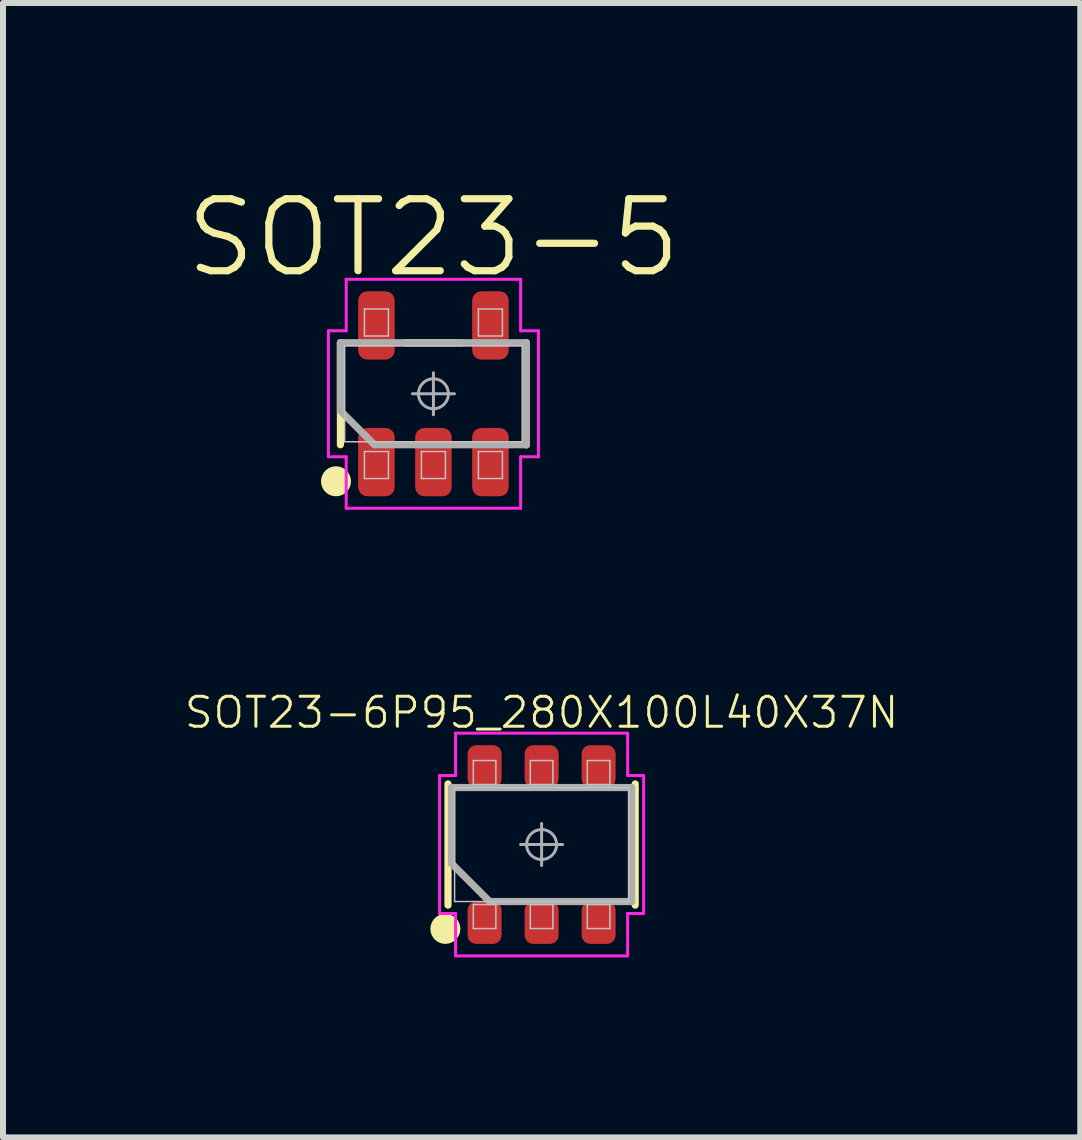
<source format=kicad_pcb>
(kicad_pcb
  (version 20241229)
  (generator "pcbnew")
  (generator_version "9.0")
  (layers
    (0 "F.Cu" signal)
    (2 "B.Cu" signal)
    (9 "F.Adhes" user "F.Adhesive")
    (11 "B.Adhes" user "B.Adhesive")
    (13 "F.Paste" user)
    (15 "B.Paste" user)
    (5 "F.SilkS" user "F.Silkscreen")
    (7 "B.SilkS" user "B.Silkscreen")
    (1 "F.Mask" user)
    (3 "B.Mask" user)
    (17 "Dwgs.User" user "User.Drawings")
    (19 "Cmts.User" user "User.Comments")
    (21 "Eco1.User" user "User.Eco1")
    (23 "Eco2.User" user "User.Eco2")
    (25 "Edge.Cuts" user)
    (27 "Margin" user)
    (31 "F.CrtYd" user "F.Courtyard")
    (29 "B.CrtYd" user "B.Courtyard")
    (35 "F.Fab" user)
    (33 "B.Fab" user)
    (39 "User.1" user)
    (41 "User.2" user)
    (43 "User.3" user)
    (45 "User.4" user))
  (footprint "SOT23-6P95_280X100L40X37N"
    (layer "F.Cu")
    (at 5.977 11.026)
    (property "Reference" "SOT23-6P95_280X100L40X37N" (at 0 -2.2 0) (layer "F.SilkS") (effects (font (size 0.5 0.5) (thickness 0.05))))
    (attr smd)
    (fp_line (start -1.56 1.01) (end -1.56 -1.01) (stroke (width 0.12) (type solid)) (layer "F.SilkS"))
    (fp_line (start 1.56 -1.01) (end 1.56 1.01) (stroke (width 0.12) (type solid)) (layer "F.SilkS"))
    (fp_circle (center -1.604 1.406) (end -1.604 1.531) (stroke (width 0.25) (type solid)) (fill no) (layer "F.SilkS"))
    (fp_line (start -1.45 -0.95) (end 1.45 -0.95) (stroke (width 0.025) (type solid)) (layer "Dwgs.User"))
    (fp_line (start -1.45 0.95) (end -1.45 -0.95) (stroke (width 0.025) (type solid)) (layer "Dwgs.User"))
    (fp_line (start -1.138 -1.4) (end -0.762 -1.4) (stroke (width 0.025) (type solid)) (layer "Dwgs.User"))
    (fp_line (start -1.138 -1) (end -1.138 -1.4) (stroke (width 0.025) (type solid)) (layer "Dwgs.User"))
    (fp_line (start -1.138 1) (end -0.762 1) (stroke (width 0.025) (type solid)) (layer "Dwgs.User"))
    (fp_line (start -1.138 1.4) (end -1.138 1) (stroke (width 0.025) (type solid)) (layer "Dwgs.User"))
    (fp_line (start -0.762 -1.4) (end -0.762 -1) (stroke (width 0.025) (type solid)) (layer "Dwgs.User"))
    (fp_line (start -0.762 -1) (end -1.138 -1) (stroke (width 0.025) (type solid)) (layer "Dwgs.User"))
    (fp_line (start -0.762 1) (end -0.762 1.4) (stroke (width 0.025) (type solid)) (layer "Dwgs.User"))
    (fp_line (start -0.762 1.4) (end -1.138 1.4) (stroke (width 0.025) (type solid)) (layer "Dwgs.User"))
    (fp_line (start -0.188 -1.4) (end 0.188 -1.4) (stroke (width 0.025) (type solid)) (layer "Dwgs.User"))
    (fp_line (start -0.188 -1) (end -0.188 -1.4) (stroke (width 0.025) (type solid)) (layer "Dwgs.User"))
    (fp_line (start -0.188 1) (end 0.188 1) (stroke (width 0.025) (type solid)) (layer "Dwgs.User"))
    (fp_line (start -0.188 1.4) (end -0.188 1) (stroke (width 0.025) (type solid)) (layer "Dwgs.User"))
    (fp_line (start 0.188 -1.4) (end 0.188 -1) (stroke (width 0.025) (type solid)) (layer "Dwgs.User"))
    (fp_line (start 0.188 -1) (end -0.188 -1) (stroke (width 0.025) (type solid)) (layer "Dwgs.User"))
    (fp_line (start 0.188 1) (end 0.188 1.4) (stroke (width 0.025) (type solid)) (layer "Dwgs.User"))
    (fp_line (start 0.188 1.4) (end -0.188 1.4) (stroke (width 0.025) (type solid)) (layer "Dwgs.User"))
    (fp_line (start 0.762 -1.4) (end 1.138 -1.4) (stroke (width 0.025) (type solid)) (layer "Dwgs.User"))
    (fp_line (start 0.762 -1) (end 0.762 -1.4) (stroke (width 0.025) (type solid)) (layer "Dwgs.User"))
    (fp_line (start 0.762 1) (end 1.138 1) (stroke (width 0.025) (type solid)) (layer "Dwgs.User"))
    (fp_line (start 0.762 1.4) (end 0.762 1) (stroke (width 0.025) (type solid)) (layer "Dwgs.User"))
    (fp_line (start 1.138 -1.4) (end 1.138 -1) (stroke (width 0.025) (type solid)) (layer "Dwgs.User"))
    (fp_line (start 1.138 -1) (end 0.762 -1) (stroke (width 0.025) (type solid)) (layer "Dwgs.User"))
    (fp_line (start 1.138 1) (end 1.138 1.4) (stroke (width 0.025) (type solid)) (layer "Dwgs.User"))
    (fp_line (start 1.138 1.4) (end 0.762 1.4) (stroke (width 0.025) (type solid)) (layer "Dwgs.User"))
    (fp_line (start 1.45 -0.95) (end 1.45 0.95) (stroke (width 0.025) (type solid)) (layer "Dwgs.User"))
    (fp_line (start 1.45 0.95) (end -1.45 0.95) (stroke (width 0.025) (type solid)) (layer "Dwgs.User"))
    (fp_line (start -1.7 -1.15) (end -1.7 1.15) (stroke (width 0.05) (type solid)) (layer "F.CrtYd"))
    (fp_line (start -1.7 1.15) (end -1.434 1.15) (stroke (width 0.05) (type solid)) (layer "F.CrtYd"))
    (fp_line (start -1.434 -1.856) (end -1.434 -1.15) (stroke (width 0.05) (type solid)) (layer "F.CrtYd"))
    (fp_line (start -1.434 -1.15) (end -1.7 -1.15) (stroke (width 0.05) (type solid)) (layer "F.CrtYd"))
    (fp_line (start -1.434 1.15) (end -1.434 1.856) (stroke (width 0.05) (type solid)) (layer "F.CrtYd"))
    (fp_line (start -1.434 1.856) (end 1.434 1.856) (stroke (width 0.05) (type solid)) (layer "F.CrtYd"))
    (fp_line (start 1.434 -1.856) (end -1.434 -1.856) (stroke (width 0.05) (type solid)) (layer "F.CrtYd"))
    (fp_line (start 1.434 -1.15) (end 1.434 -1.856) (stroke (width 0.05) (type solid)) (layer "F.CrtYd"))
    (fp_line (start 1.434 1.15) (end 1.7 1.15) (stroke (width 0.05) (type solid)) (layer "F.CrtYd"))
    (fp_line (start 1.434 1.856) (end 1.434 1.15) (stroke (width 0.05) (type solid)) (layer "F.CrtYd"))
    (fp_line (start 1.7 -1.15) (end 1.434 -1.15) (stroke (width 0.05) (type solid)) (layer "F.CrtYd"))
    (fp_line (start 1.7 1.15) (end 1.7 -1.15) (stroke (width 0.05) (type solid)) (layer "F.CrtYd"))
    (fp_line (start -1.5 -0.95) (end 1.5 -0.95) (stroke (width 0.12) (type solid)) (layer "F.Fab"))
    (fp_line (start -1.5 0.317) (end -1.5 -0.95) (stroke (width 0.12) (type solid)) (layer "F.Fab"))
    (fp_line (start -0.867 0.95) (end -1.5 0.317) (stroke (width 0.12) (type solid)) (layer "F.Fab"))
    (fp_line (start -0.35 0) (end 0.35 0) (stroke (width 0.05) (type solid)) (layer "F.Fab"))
    (fp_line (start 0 -0.35) (end 0 0.35) (stroke (width 0.05) (type solid)) (layer "F.Fab"))
    (fp_line (start 1.5 -0.95) (end 1.5 0.95) (stroke (width 0.12) (type solid)) (layer "F.Fab"))
    (fp_line (start 1.5 0.95) (end -0.867 0.95) (stroke (width 0.12) (type solid)) (layer "F.Fab"))
    (fp_circle (center 0 0) (end 0.25 0) (stroke (width 0.05) (type solid)) (fill no) (layer "F.Fab"))
    (pad "1" smd roundrect (at -0.95 1.303 90) (size 0.706 0.567) (layers "F.Cu" "F.Mask" "F.Paste") (roundrect_rratio 0.25))
    (pad "2" smd roundrect (at 0 1.303 90) (size 0.706 0.567) (layers "F.Cu" "F.Mask" "F.Paste") (roundrect_rratio 0.25))
    (pad "3" smd roundrect (at 0.95 1.303 90) (size 0.706 0.567) (layers "F.Cu" "F.Mask" "F.Paste") (roundrect_rratio 0.25))
    (pad "4" smd roundrect (at 0.95 -1.303 90) (size 0.706 0.567) (layers "F.Cu" "F.Mask" "F.Paste") (roundrect_rratio 0.25))
    (pad "5" smd roundrect (at 0 -1.303 90) (size 0.706 0.567) (layers "F.Cu" "F.Mask" "F.Paste") (roundrect_rratio 0.25))
    (pad "6" smd roundrect (at -0.95 -1.303 90) (size 0.706 0.567) (layers "F.Cu" "F.Mask" "F.Paste") (roundrect_rratio 0.25)))
  (footprint "SOT23-5"
    (layer "F.Cu")
    (at 4.174 3.513)
    (property "Reference" "SOT23-5" (at 0 -2.6 0) (layer "F.SilkS") (effects (font (size 1.2 1.2) (thickness 0.12))))
    (attr smd)
    (fp_line (start -1.55 0.85) (end -1.55 -0.85) (stroke (width 0.12) (type solid)) (layer "F.SilkS"))
    (fp_line (start 0.466 -0.85) (end -0.466 -0.85) (stroke (width 0.12) (type solid)) (layer "F.SilkS"))
    (fp_line (start 1.55 -0.85) (end 1.55 0.85) (stroke (width 0.12) (type solid)) (layer "F.SilkS"))
    (fp_circle (center -1.624 1.459) (end -1.624 1.584) (stroke (width 0.25) (type solid)) (fill no) (layer "F.SilkS"))
    (fp_line (start -1.48 -0.8) (end 1.48 -0.8) (stroke (width 0.025) (type solid)) (layer "Dwgs.User"))
    (fp_line (start -1.48 0.8) (end -1.48 -0.8) (stroke (width 0.025) (type solid)) (layer "Dwgs.User"))
    (fp_line (start -1.15 -1.413) (end -0.75 -1.413) (stroke (width 0.025) (type solid)) (layer "Dwgs.User"))
    (fp_line (start -1.15 -0.963) (end -1.15 -1.413) (stroke (width 0.025) (type solid)) (layer "Dwgs.User"))
    (fp_line (start -1.15 0.963) (end -0.75 0.963) (stroke (width 0.025) (type solid)) (layer "Dwgs.User"))
    (fp_line (start -1.15 1.413) (end -1.15 0.963) (stroke (width 0.025) (type solid)) (layer "Dwgs.User"))
    (fp_line (start -0.75 -1.413) (end -0.75 -0.963) (stroke (width 0.025) (type solid)) (layer "Dwgs.User"))
    (fp_line (start -0.75 -0.963) (end -1.15 -0.963) (stroke (width 0.025) (type solid)) (layer "Dwgs.User"))
    (fp_line (start -0.75 0.963) (end -0.75 1.413) (stroke (width 0.025) (type solid)) (layer "Dwgs.User"))
    (fp_line (start -0.75 1.413) (end -1.15 1.413) (stroke (width 0.025) (type solid)) (layer "Dwgs.User"))
    (fp_line (start -0.2 0.963) (end 0.2 0.963) (stroke (width 0.025) (type solid)) (layer "Dwgs.User"))
    (fp_line (start -0.2 1.413) (end -0.2 0.963) (stroke (width 0.025) (type solid)) (layer "Dwgs.User"))
    (fp_line (start 0.2 0.963) (end 0.2 1.413) (stroke (width 0.025) (type solid)) (layer "Dwgs.User"))
    (fp_line (start 0.2 1.413) (end -0.2 1.413) (stroke (width 0.025) (type solid)) (layer "Dwgs.User"))
    (fp_line (start 0.75 -1.413) (end 1.15 -1.413) (stroke (width 0.025) (type solid)) (layer "Dwgs.User"))
    (fp_line (start 0.75 -0.963) (end 0.75 -1.413) (stroke (width 0.025) (type solid)) (layer "Dwgs.User"))
    (fp_line (start 0.75 0.963) (end 1.15 0.963) (stroke (width 0.025) (type solid)) (layer "Dwgs.User"))
    (fp_line (start 0.75 1.413) (end 0.75 0.963) (stroke (width 0.025) (type solid)) (layer "Dwgs.User"))
    (fp_line (start 1.15 -1.413) (end 1.15 -0.963) (stroke (width 0.025) (type solid)) (layer "Dwgs.User"))
    (fp_line (start 1.15 -0.963) (end 0.75 -0.963) (stroke (width 0.025) (type solid)) (layer "Dwgs.User"))
    (fp_line (start 1.15 0.963) (end 1.15 1.413) (stroke (width 0.025) (type solid)) (layer "Dwgs.User"))
    (fp_line (start 1.15 1.413) (end 0.75 1.413) (stroke (width 0.025) (type solid)) (layer "Dwgs.User"))
    (fp_line (start 1.48 -0.8) (end 1.48 0.8) (stroke (width 0.025) (type solid)) (layer "Dwgs.User"))
    (fp_line (start 1.48 0.8) (end -1.48 0.8) (stroke (width 0.025) (type solid)) (layer "Dwgs.User"))
    (fp_line (start -1.75 -1.05) (end -1.75 1.05) (stroke (width 0.05) (type solid)) (layer "F.CrtYd"))
    (fp_line (start -1.75 1.05) (end -1.454 1.05) (stroke (width 0.05) (type solid)) (layer "F.CrtYd"))
    (fp_line (start -1.454 -1.908) (end -1.454 -1.05) (stroke (width 0.05) (type solid)) (layer "F.CrtYd"))
    (fp_line (start -1.454 -1.05) (end -1.75 -1.05) (stroke (width 0.05) (type solid)) (layer "F.CrtYd"))
    (fp_line (start -1.454 1.05) (end -1.454 1.908) (stroke (width 0.05) (type solid)) (layer "F.CrtYd"))
    (fp_line (start -1.454 1.908) (end 1.454 1.908) (stroke (width 0.05) (type solid)) (layer "F.CrtYd"))
    (fp_line (start 1.454 -1.908) (end -1.454 -1.908) (stroke (width 0.05) (type solid)) (layer "F.CrtYd"))
    (fp_line (start 1.454 -1.05) (end 1.454 -1.908) (stroke (width 0.05) (type solid)) (layer "F.CrtYd"))
    (fp_line (start 1.454 1.05) (end 1.75 1.05) (stroke (width 0.05) (type solid)) (layer "F.CrtYd"))
    (fp_line (start 1.454 1.908) (end 1.454 1.05) (stroke (width 0.05) (type solid)) (layer "F.CrtYd"))
    (fp_line (start 1.75 -1.05) (end 1.454 -1.05) (stroke (width 0.05) (type solid)) (layer "F.CrtYd"))
    (fp_line (start 1.75 1.05) (end 1.75 -1.05) (stroke (width 0.05) (type solid)) (layer "F.CrtYd"))
    (fp_line (start -1.55 -0.85) (end 1.55 -0.85) (stroke (width 0.12) (type solid)) (layer "F.Fab"))
    (fp_line (start -1.55 0.283) (end -1.55 -0.85) (stroke (width 0.12) (type solid)) (layer "F.Fab"))
    (fp_line (start -0.983 0.85) (end -1.55 0.283) (stroke (width 0.12) (type solid)) (layer "F.Fab"))
    (fp_line (start -0.35 0) (end 0.35 0) (stroke (width 0.05) (type solid)) (layer "F.Fab"))
    (fp_line (start 0 -0.35) (end 0 0.35) (stroke (width 0.05) (type solid)) (layer "F.Fab"))
    (fp_line (start 1.55 -0.85) (end 1.55 0.85) (stroke (width 0.12) (type solid)) (layer "F.Fab"))
    (fp_line (start 1.55 0.85) (end -0.983 0.85) (stroke (width 0.12) (type solid)) (layer "F.Fab"))
    (fp_circle (center 0 0) (end 0.25 0) (stroke (width 0.05) (type solid)) (fill no) (layer "F.Fab"))
    (pad "1" smd roundrect (at -0.95 1.139 90) (size 1.139 0.609) (layers "F.Cu" "F.Mask" "F.Paste") (roundrect_rratio 0.25))
    (pad "2" smd roundrect (at 0 1.139 90) (size 1.139 0.609) (layers "F.Cu" "F.Mask" "F.Paste") (roundrect_rratio 0.25))
    (pad "3" smd roundrect (at 0.95 1.139 90) (size 1.139 0.609) (layers "F.Cu" "F.Mask" "F.Paste") (roundrect_rratio 0.25))
    (pad "4" smd roundrect (at 0.95 -1.139 90) (size 1.139 0.609) (layers "F.Cu" "F.Mask" "F.Paste") (roundrect_rratio 0.25))
    (pad "5" smd roundrect (at -0.95 -1.139 90) (size 1.139 0.609) (layers "F.Cu" "F.Mask" "F.Paste") (roundrect_rratio 0.25)))
  (gr_rect
    (start -3 -3)
    (end 14.955 15.907)
    (stroke (width 0.1) (type default))
    (fill no)
    (layer "Edge.Cuts")))
</source>
